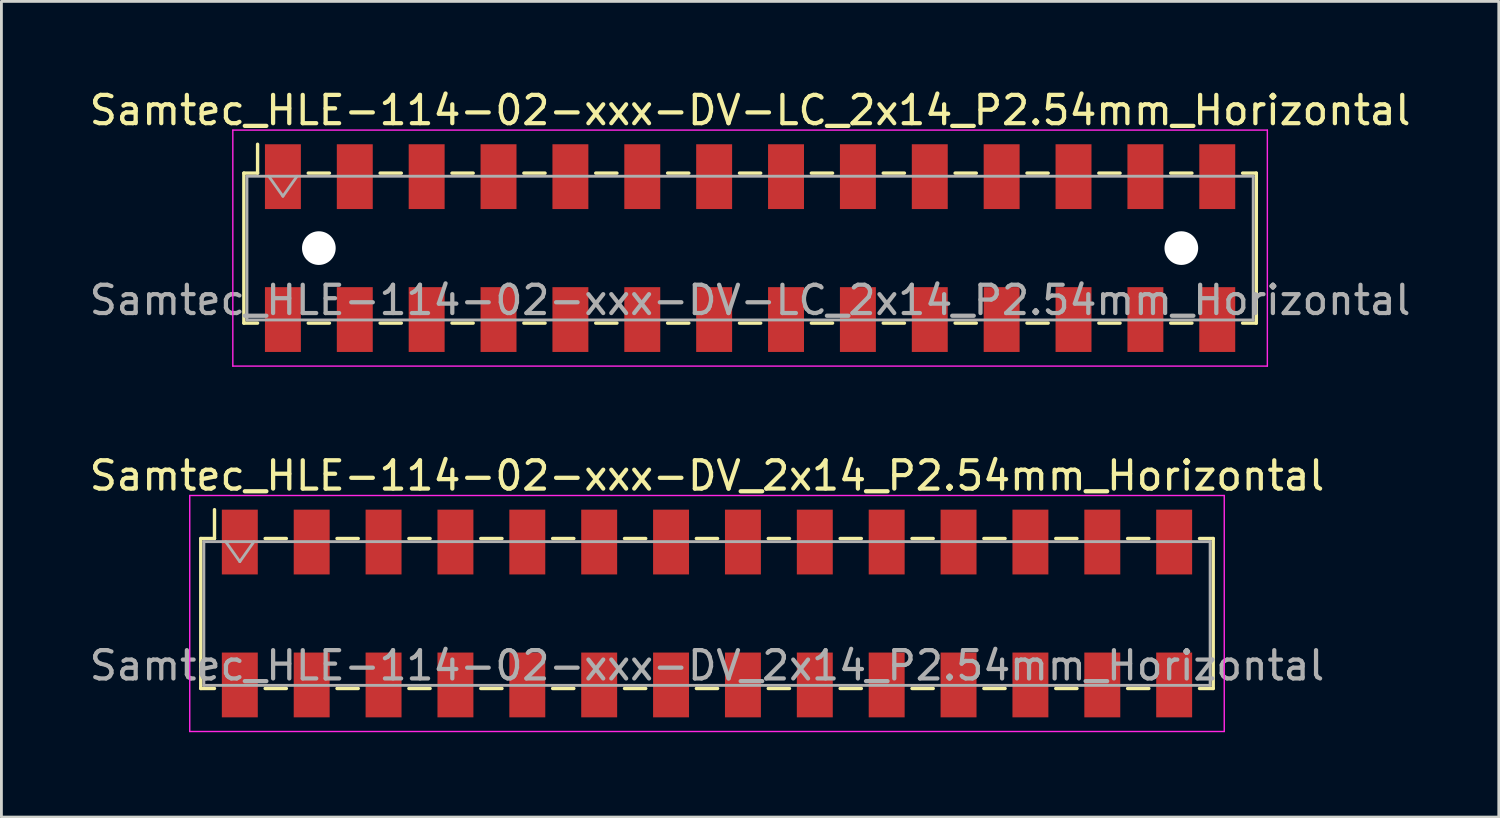
<source format=kicad_pcb>
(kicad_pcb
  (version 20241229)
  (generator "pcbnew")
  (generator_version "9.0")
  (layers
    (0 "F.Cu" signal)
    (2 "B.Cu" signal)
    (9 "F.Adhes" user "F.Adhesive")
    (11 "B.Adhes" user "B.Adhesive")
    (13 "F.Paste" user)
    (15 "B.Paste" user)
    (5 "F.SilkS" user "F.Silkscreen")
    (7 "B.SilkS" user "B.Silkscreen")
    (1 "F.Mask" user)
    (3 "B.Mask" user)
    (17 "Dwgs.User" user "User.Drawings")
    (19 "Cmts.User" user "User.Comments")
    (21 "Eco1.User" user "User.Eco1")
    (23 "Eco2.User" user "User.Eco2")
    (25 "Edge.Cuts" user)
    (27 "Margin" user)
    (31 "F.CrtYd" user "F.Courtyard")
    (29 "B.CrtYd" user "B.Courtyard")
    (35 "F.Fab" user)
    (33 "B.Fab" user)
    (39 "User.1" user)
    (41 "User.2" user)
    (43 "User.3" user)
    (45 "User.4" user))
  (footprint "Samtec_HLE-114-02-xxx-DV-LC_2x14_P2.54mm_Horizontal"
    (layer "F.Cu")
    (at 23.458 5.718)
    (property "Reference" "Samtec_HLE-114-02-xxx-DV-LC_2x14_P2.54mm_Horizontal" (at 0 -4.87 0) (layer "F.SilkS") (effects (font (size 1 1) (thickness 0.15))))
    (attr smd)
    (fp_line (start -17.89 -2.65) (end -17.89 2.65) (stroke (width 0.12) (type solid)) (layer "F.SilkS"))
    (fp_line (start -17.89 2.65) (end -17.405 2.65) (stroke (width 0.12) (type solid)) (layer "F.SilkS"))
    (fp_line (start -17.405 -3.67) (end -17.405 -2.65) (stroke (width 0.12) (type solid)) (layer "F.SilkS"))
    (fp_line (start -17.405 -2.65) (end -17.89 -2.65) (stroke (width 0.12) (type solid)) (layer "F.SilkS"))
    (fp_line (start -15.615 -2.65) (end -14.865 -2.65) (stroke (width 0.12) (type solid)) (layer "F.SilkS"))
    (fp_line (start -15.615 2.65) (end -14.865 2.65) (stroke (width 0.12) (type solid)) (layer "F.SilkS"))
    (fp_line (start -13.075 -2.65) (end -12.325 -2.65) (stroke (width 0.12) (type solid)) (layer "F.SilkS"))
    (fp_line (start -13.075 2.65) (end -12.325 2.65) (stroke (width 0.12) (type solid)) (layer "F.SilkS"))
    (fp_line (start -10.535 -2.65) (end -9.785 -2.65) (stroke (width 0.12) (type solid)) (layer "F.SilkS"))
    (fp_line (start -10.535 2.65) (end -9.785 2.65) (stroke (width 0.12) (type solid)) (layer "F.SilkS"))
    (fp_line (start -7.995 -2.65) (end -7.245 -2.65) (stroke (width 0.12) (type solid)) (layer "F.SilkS"))
    (fp_line (start -7.995 2.65) (end -7.245 2.65) (stroke (width 0.12) (type solid)) (layer "F.SilkS"))
    (fp_line (start -5.455 -2.65) (end -4.705 -2.65) (stroke (width 0.12) (type solid)) (layer "F.SilkS"))
    (fp_line (start -5.455 2.65) (end -4.705 2.65) (stroke (width 0.12) (type solid)) (layer "F.SilkS"))
    (fp_line (start -2.915 -2.65) (end -2.165 -2.65) (stroke (width 0.12) (type solid)) (layer "F.SilkS"))
    (fp_line (start -2.915 2.65) (end -2.165 2.65) (stroke (width 0.12) (type solid)) (layer "F.SilkS"))
    (fp_line (start -0.375 -2.65) (end 0.375 -2.65) (stroke (width 0.12) (type solid)) (layer "F.SilkS"))
    (fp_line (start -0.375 2.65) (end 0.375 2.65) (stroke (width 0.12) (type solid)) (layer "F.SilkS"))
    (fp_line (start 2.165 -2.65) (end 2.915 -2.65) (stroke (width 0.12) (type solid)) (layer "F.SilkS"))
    (fp_line (start 2.165 2.65) (end 2.915 2.65) (stroke (width 0.12) (type solid)) (layer "F.SilkS"))
    (fp_line (start 4.705 -2.65) (end 5.455 -2.65) (stroke (width 0.12) (type solid)) (layer "F.SilkS"))
    (fp_line (start 4.705 2.65) (end 5.455 2.65) (stroke (width 0.12) (type solid)) (layer "F.SilkS"))
    (fp_line (start 7.245 -2.65) (end 7.995 -2.65) (stroke (width 0.12) (type solid)) (layer "F.SilkS"))
    (fp_line (start 7.245 2.65) (end 7.995 2.65) (stroke (width 0.12) (type solid)) (layer "F.SilkS"))
    (fp_line (start 9.785 -2.65) (end 10.535 -2.65) (stroke (width 0.12) (type solid)) (layer "F.SilkS"))
    (fp_line (start 9.785 2.65) (end 10.535 2.65) (stroke (width 0.12) (type solid)) (layer "F.SilkS"))
    (fp_line (start 12.325 -2.65) (end 13.075 -2.65) (stroke (width 0.12) (type solid)) (layer "F.SilkS"))
    (fp_line (start 12.325 2.65) (end 13.075 2.65) (stroke (width 0.12) (type solid)) (layer "F.SilkS"))
    (fp_line (start 14.865 -2.65) (end 15.615 -2.65) (stroke (width 0.12) (type solid)) (layer "F.SilkS"))
    (fp_line (start 14.865 2.65) (end 15.615 2.65) (stroke (width 0.12) (type solid)) (layer "F.SilkS"))
    (fp_line (start 17.405 -2.65) (end 17.89 -2.65) (stroke (width 0.12) (type solid)) (layer "F.SilkS"))
    (fp_line (start 17.89 -2.65) (end 17.89 2.65) (stroke (width 0.12) (type solid)) (layer "F.SilkS"))
    (fp_line (start 17.89 2.65) (end 17.405 2.65) (stroke (width 0.12) (type solid)) (layer "F.SilkS"))
    (fp_line (start -18.28 -4.17) (end 18.28 -4.17) (stroke (width 0.05) (type solid)) (layer "F.CrtYd"))
    (fp_line (start -18.28 4.17) (end -18.28 -4.17) (stroke (width 0.05) (type solid)) (layer "F.CrtYd"))
    (fp_line (start 18.28 -4.17) (end 18.28 4.17) (stroke (width 0.05) (type solid)) (layer "F.CrtYd"))
    (fp_line (start 18.28 4.17) (end -18.28 4.17) (stroke (width 0.05) (type solid)) (layer "F.CrtYd"))
    (fp_line (start -17.78 -2.54) (end 17.78 -2.54) (stroke (width 0.1) (type solid)) (layer "F.Fab"))
    (fp_line (start -17.78 2.54) (end -17.78 -2.54) (stroke (width 0.1) (type solid)) (layer "F.Fab"))
    (fp_line (start -17.01 -2.54) (end -16.51 -1.833) (stroke (width 0.1) (type solid)) (layer "F.Fab"))
    (fp_line (start -16.51 -1.833) (end -16.01 -2.54) (stroke (width 0.1) (type solid)) (layer "F.Fab"))
    (fp_line (start 17.78 -2.54) (end 17.78 2.54) (stroke (width 0.1) (type solid)) (layer "F.Fab"))
    (fp_line (start 17.78 2.54) (end -17.78 2.54) (stroke (width 0.1) (type solid)) (layer "F.Fab"))
    (fp_text user "${REFERENCE}" (at 0 1.84 0) (layer "F.Fab") (effects (font (size 1 1) (thickness 0.15))))
    (pad "" np_thru_hole circle (at -15.24 0) (size 1.19 1.19) (drill 1.19) (layers "*.Cu" "*.Mask"))
    (pad "" np_thru_hole circle (at 15.24 0) (size 1.19 1.19) (drill 1.19) (layers "*.Cu" "*.Mask"))
    (pad "1" smd rect (at -16.51 -2.525) (size 1.27 2.29) (layers "F.Cu" "F.Mask" "F.Paste"))
    (pad "2" smd rect (at -16.51 2.525) (size 1.27 2.29) (layers "F.Cu" "F.Mask" "F.Paste"))
    (pad "3" smd rect (at -13.97 -2.525) (size 1.27 2.29) (layers "F.Cu" "F.Mask" "F.Paste"))
    (pad "4" smd rect (at -13.97 2.525) (size 1.27 2.29) (layers "F.Cu" "F.Mask" "F.Paste"))
    (pad "5" smd rect (at -11.43 -2.525) (size 1.27 2.29) (layers "F.Cu" "F.Mask" "F.Paste"))
    (pad "6" smd rect (at -11.43 2.525) (size 1.27 2.29) (layers "F.Cu" "F.Mask" "F.Paste"))
    (pad "7" smd rect (at -8.89 -2.525) (size 1.27 2.29) (layers "F.Cu" "F.Mask" "F.Paste"))
    (pad "8" smd rect (at -8.89 2.525) (size 1.27 2.29) (layers "F.Cu" "F.Mask" "F.Paste"))
    (pad "9" smd rect (at -6.35 -2.525) (size 1.27 2.29) (layers "F.Cu" "F.Mask" "F.Paste"))
    (pad "10" smd rect (at -6.35 2.525) (size 1.27 2.29) (layers "F.Cu" "F.Mask" "F.Paste"))
    (pad "11" smd rect (at -3.81 -2.525) (size 1.27 2.29) (layers "F.Cu" "F.Mask" "F.Paste"))
    (pad "12" smd rect (at -3.81 2.525) (size 1.27 2.29) (layers "F.Cu" "F.Mask" "F.Paste"))
    (pad "13" smd rect (at -1.27 -2.525) (size 1.27 2.29) (layers "F.Cu" "F.Mask" "F.Paste"))
    (pad "14" smd rect (at -1.27 2.525) (size 1.27 2.29) (layers "F.Cu" "F.Mask" "F.Paste"))
    (pad "15" smd rect (at 1.27 -2.525) (size 1.27 2.29) (layers "F.Cu" "F.Mask" "F.Paste"))
    (pad "16" smd rect (at 1.27 2.525) (size 1.27 2.29) (layers "F.Cu" "F.Mask" "F.Paste"))
    (pad "17" smd rect (at 3.81 -2.525) (size 1.27 2.29) (layers "F.Cu" "F.Mask" "F.Paste"))
    (pad "18" smd rect (at 3.81 2.525) (size 1.27 2.29) (layers "F.Cu" "F.Mask" "F.Paste"))
    (pad "19" smd rect (at 6.35 -2.525) (size 1.27 2.29) (layers "F.Cu" "F.Mask" "F.Paste"))
    (pad "20" smd rect (at 6.35 2.525) (size 1.27 2.29) (layers "F.Cu" "F.Mask" "F.Paste"))
    (pad "21" smd rect (at 8.89 -2.525) (size 1.27 2.29) (layers "F.Cu" "F.Mask" "F.Paste"))
    (pad "22" smd rect (at 8.89 2.525) (size 1.27 2.29) (layers "F.Cu" "F.Mask" "F.Paste"))
    (pad "23" smd rect (at 11.43 -2.525) (size 1.27 2.29) (layers "F.Cu" "F.Mask" "F.Paste"))
    (pad "24" smd rect (at 11.43 2.525) (size 1.27 2.29) (layers "F.Cu" "F.Mask" "F.Paste"))
    (pad "25" smd rect (at 13.97 -2.525) (size 1.27 2.29) (layers "F.Cu" "F.Mask" "F.Paste"))
    (pad "26" smd rect (at 13.97 2.525) (size 1.27 2.29) (layers "F.Cu" "F.Mask" "F.Paste"))
    (pad "27" smd rect (at 16.51 -2.525) (size 1.27 2.29) (layers "F.Cu" "F.Mask" "F.Paste"))
    (pad "28" smd rect (at 16.51 2.525) (size 1.27 2.29) (layers "F.Cu" "F.Mask" "F.Paste")))
  (footprint "Samtec_HLE-114-02-xxx-DV_2x14_P2.54mm_Horizontal"
    (layer "F.Cu")
    (at 21.935 18.631)
    (property "Reference" "Samtec_HLE-114-02-xxx-DV_2x14_P2.54mm_Horizontal" (at 0 -4.87 0) (layer "F.SilkS") (effects (font (size 1 1) (thickness 0.15))))
    (attr smd)
    (fp_line (start -17.89 -2.65) (end -17.89 2.65) (stroke (width 0.12) (type solid)) (layer "F.SilkS"))
    (fp_line (start -17.89 2.65) (end -17.405 2.65) (stroke (width 0.12) (type solid)) (layer "F.SilkS"))
    (fp_line (start -17.405 -3.67) (end -17.405 -2.65) (stroke (width 0.12) (type solid)) (layer "F.SilkS"))
    (fp_line (start -17.405 -2.65) (end -17.89 -2.65) (stroke (width 0.12) (type solid)) (layer "F.SilkS"))
    (fp_line (start -15.615 -2.65) (end -14.865 -2.65) (stroke (width 0.12) (type solid)) (layer "F.SilkS"))
    (fp_line (start -15.615 2.65) (end -14.865 2.65) (stroke (width 0.12) (type solid)) (layer "F.SilkS"))
    (fp_line (start -13.075 -2.65) (end -12.325 -2.65) (stroke (width 0.12) (type solid)) (layer "F.SilkS"))
    (fp_line (start -13.075 2.65) (end -12.325 2.65) (stroke (width 0.12) (type solid)) (layer "F.SilkS"))
    (fp_line (start -10.535 -2.65) (end -9.785 -2.65) (stroke (width 0.12) (type solid)) (layer "F.SilkS"))
    (fp_line (start -10.535 2.65) (end -9.785 2.65) (stroke (width 0.12) (type solid)) (layer "F.SilkS"))
    (fp_line (start -7.995 -2.65) (end -7.245 -2.65) (stroke (width 0.12) (type solid)) (layer "F.SilkS"))
    (fp_line (start -7.995 2.65) (end -7.245 2.65) (stroke (width 0.12) (type solid)) (layer "F.SilkS"))
    (fp_line (start -5.455 -2.65) (end -4.705 -2.65) (stroke (width 0.12) (type solid)) (layer "F.SilkS"))
    (fp_line (start -5.455 2.65) (end -4.705 2.65) (stroke (width 0.12) (type solid)) (layer "F.SilkS"))
    (fp_line (start -2.915 -2.65) (end -2.165 -2.65) (stroke (width 0.12) (type solid)) (layer "F.SilkS"))
    (fp_line (start -2.915 2.65) (end -2.165 2.65) (stroke (width 0.12) (type solid)) (layer "F.SilkS"))
    (fp_line (start -0.375 -2.65) (end 0.375 -2.65) (stroke (width 0.12) (type solid)) (layer "F.SilkS"))
    (fp_line (start -0.375 2.65) (end 0.375 2.65) (stroke (width 0.12) (type solid)) (layer "F.SilkS"))
    (fp_line (start 2.165 -2.65) (end 2.915 -2.65) (stroke (width 0.12) (type solid)) (layer "F.SilkS"))
    (fp_line (start 2.165 2.65) (end 2.915 2.65) (stroke (width 0.12) (type solid)) (layer "F.SilkS"))
    (fp_line (start 4.705 -2.65) (end 5.455 -2.65) (stroke (width 0.12) (type solid)) (layer "F.SilkS"))
    (fp_line (start 4.705 2.65) (end 5.455 2.65) (stroke (width 0.12) (type solid)) (layer "F.SilkS"))
    (fp_line (start 7.245 -2.65) (end 7.995 -2.65) (stroke (width 0.12) (type solid)) (layer "F.SilkS"))
    (fp_line (start 7.245 2.65) (end 7.995 2.65) (stroke (width 0.12) (type solid)) (layer "F.SilkS"))
    (fp_line (start 9.785 -2.65) (end 10.535 -2.65) (stroke (width 0.12) (type solid)) (layer "F.SilkS"))
    (fp_line (start 9.785 2.65) (end 10.535 2.65) (stroke (width 0.12) (type solid)) (layer "F.SilkS"))
    (fp_line (start 12.325 -2.65) (end 13.075 -2.65) (stroke (width 0.12) (type solid)) (layer "F.SilkS"))
    (fp_line (start 12.325 2.65) (end 13.075 2.65) (stroke (width 0.12) (type solid)) (layer "F.SilkS"))
    (fp_line (start 14.865 -2.65) (end 15.615 -2.65) (stroke (width 0.12) (type solid)) (layer "F.SilkS"))
    (fp_line (start 14.865 2.65) (end 15.615 2.65) (stroke (width 0.12) (type solid)) (layer "F.SilkS"))
    (fp_line (start 17.405 -2.65) (end 17.89 -2.65) (stroke (width 0.12) (type solid)) (layer "F.SilkS"))
    (fp_line (start 17.89 -2.65) (end 17.89 2.65) (stroke (width 0.12) (type solid)) (layer "F.SilkS"))
    (fp_line (start 17.89 2.65) (end 17.405 2.65) (stroke (width 0.12) (type solid)) (layer "F.SilkS"))
    (fp_line (start -18.28 -4.17) (end 18.28 -4.17) (stroke (width 0.05) (type solid)) (layer "F.CrtYd"))
    (fp_line (start -18.28 4.17) (end -18.28 -4.17) (stroke (width 0.05) (type solid)) (layer "F.CrtYd"))
    (fp_line (start 18.28 -4.17) (end 18.28 4.17) (stroke (width 0.05) (type solid)) (layer "F.CrtYd"))
    (fp_line (start 18.28 4.17) (end -18.28 4.17) (stroke (width 0.05) (type solid)) (layer "F.CrtYd"))
    (fp_line (start -17.78 -2.54) (end 17.78 -2.54) (stroke (width 0.1) (type solid)) (layer "F.Fab"))
    (fp_line (start -17.78 2.54) (end -17.78 -2.54) (stroke (width 0.1) (type solid)) (layer "F.Fab"))
    (fp_line (start -17.01 -2.54) (end -16.51 -1.833) (stroke (width 0.1) (type solid)) (layer "F.Fab"))
    (fp_line (start -16.51 -1.833) (end -16.01 -2.54) (stroke (width 0.1) (type solid)) (layer "F.Fab"))
    (fp_line (start 17.78 -2.54) (end 17.78 2.54) (stroke (width 0.1) (type solid)) (layer "F.Fab"))
    (fp_line (start 17.78 2.54) (end -17.78 2.54) (stroke (width 0.1) (type solid)) (layer "F.Fab"))
    (fp_text user "${REFERENCE}" (at 0 1.84 0) (layer "F.Fab") (effects (font (size 1 1) (thickness 0.15))))
    (pad "1" smd rect (at -16.51 -2.525) (size 1.27 2.29) (layers "F.Cu" "F.Mask" "F.Paste"))
    (pad "2" smd rect (at -16.51 2.525) (size 1.27 2.29) (layers "F.Cu" "F.Mask" "F.Paste"))
    (pad "3" smd rect (at -13.97 -2.525) (size 1.27 2.29) (layers "F.Cu" "F.Mask" "F.Paste"))
    (pad "4" smd rect (at -13.97 2.525) (size 1.27 2.29) (layers "F.Cu" "F.Mask" "F.Paste"))
    (pad "5" smd rect (at -11.43 -2.525) (size 1.27 2.29) (layers "F.Cu" "F.Mask" "F.Paste"))
    (pad "6" smd rect (at -11.43 2.525) (size 1.27 2.29) (layers "F.Cu" "F.Mask" "F.Paste"))
    (pad "7" smd rect (at -8.89 -2.525) (size 1.27 2.29) (layers "F.Cu" "F.Mask" "F.Paste"))
    (pad "8" smd rect (at -8.89 2.525) (size 1.27 2.29) (layers "F.Cu" "F.Mask" "F.Paste"))
    (pad "9" smd rect (at -6.35 -2.525) (size 1.27 2.29) (layers "F.Cu" "F.Mask" "F.Paste"))
    (pad "10" smd rect (at -6.35 2.525) (size 1.27 2.29) (layers "F.Cu" "F.Mask" "F.Paste"))
    (pad "11" smd rect (at -3.81 -2.525) (size 1.27 2.29) (layers "F.Cu" "F.Mask" "F.Paste"))
    (pad "12" smd rect (at -3.81 2.525) (size 1.27 2.29) (layers "F.Cu" "F.Mask" "F.Paste"))
    (pad "13" smd rect (at -1.27 -2.525) (size 1.27 2.29) (layers "F.Cu" "F.Mask" "F.Paste"))
    (pad "14" smd rect (at -1.27 2.525) (size 1.27 2.29) (layers "F.Cu" "F.Mask" "F.Paste"))
    (pad "15" smd rect (at 1.27 -2.525) (size 1.27 2.29) (layers "F.Cu" "F.Mask" "F.Paste"))
    (pad "16" smd rect (at 1.27 2.525) (size 1.27 2.29) (layers "F.Cu" "F.Mask" "F.Paste"))
    (pad "17" smd rect (at 3.81 -2.525) (size 1.27 2.29) (layers "F.Cu" "F.Mask" "F.Paste"))
    (pad "18" smd rect (at 3.81 2.525) (size 1.27 2.29) (layers "F.Cu" "F.Mask" "F.Paste"))
    (pad "19" smd rect (at 6.35 -2.525) (size 1.27 2.29) (layers "F.Cu" "F.Mask" "F.Paste"))
    (pad "20" smd rect (at 6.35 2.525) (size 1.27 2.29) (layers "F.Cu" "F.Mask" "F.Paste"))
    (pad "21" smd rect (at 8.89 -2.525) (size 1.27 2.29) (layers "F.Cu" "F.Mask" "F.Paste"))
    (pad "22" smd rect (at 8.89 2.525) (size 1.27 2.29) (layers "F.Cu" "F.Mask" "F.Paste"))
    (pad "23" smd rect (at 11.43 -2.525) (size 1.27 2.29) (layers "F.Cu" "F.Mask" "F.Paste"))
    (pad "24" smd rect (at 11.43 2.525) (size 1.27 2.29) (layers "F.Cu" "F.Mask" "F.Paste"))
    (pad "25" smd rect (at 13.97 -2.525) (size 1.27 2.29) (layers "F.Cu" "F.Mask" "F.Paste"))
    (pad "26" smd rect (at 13.97 2.525) (size 1.27 2.29) (layers "F.Cu" "F.Mask" "F.Paste"))
    (pad "27" smd rect (at 16.51 -2.525) (size 1.27 2.29) (layers "F.Cu" "F.Mask" "F.Paste"))
    (pad "28" smd rect (at 16.51 2.525) (size 1.27 2.29) (layers "F.Cu" "F.Mask" "F.Paste")))
  (gr_rect
    (start -3 -3)
    (end 49.917 25.826)
    (stroke (width 0.1) (type default))
    (fill no)
    (layer "Edge.Cuts")))
</source>
